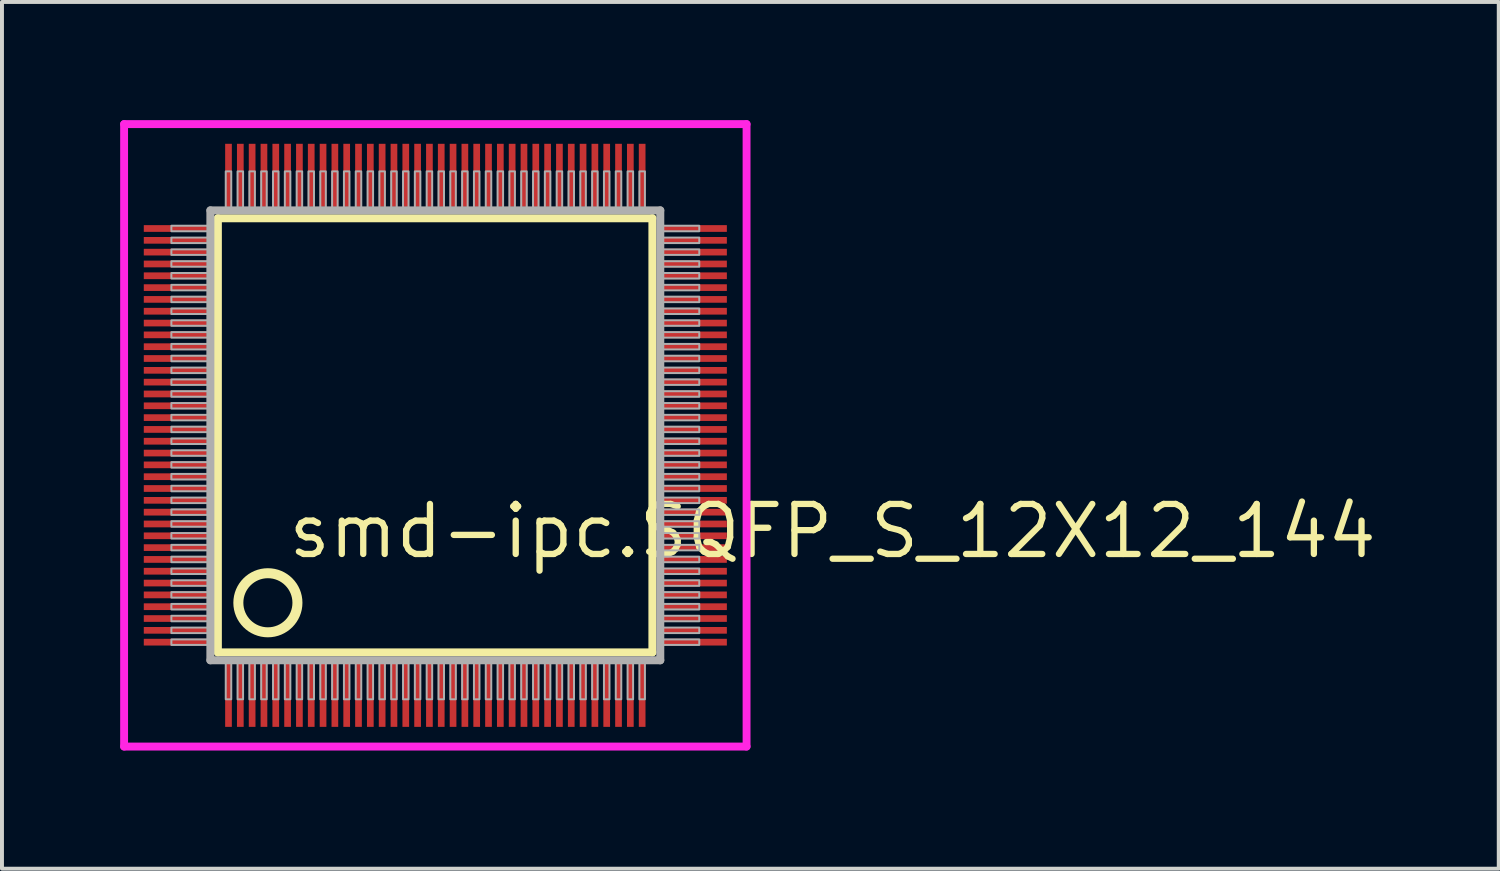
<source format=kicad_pcb>
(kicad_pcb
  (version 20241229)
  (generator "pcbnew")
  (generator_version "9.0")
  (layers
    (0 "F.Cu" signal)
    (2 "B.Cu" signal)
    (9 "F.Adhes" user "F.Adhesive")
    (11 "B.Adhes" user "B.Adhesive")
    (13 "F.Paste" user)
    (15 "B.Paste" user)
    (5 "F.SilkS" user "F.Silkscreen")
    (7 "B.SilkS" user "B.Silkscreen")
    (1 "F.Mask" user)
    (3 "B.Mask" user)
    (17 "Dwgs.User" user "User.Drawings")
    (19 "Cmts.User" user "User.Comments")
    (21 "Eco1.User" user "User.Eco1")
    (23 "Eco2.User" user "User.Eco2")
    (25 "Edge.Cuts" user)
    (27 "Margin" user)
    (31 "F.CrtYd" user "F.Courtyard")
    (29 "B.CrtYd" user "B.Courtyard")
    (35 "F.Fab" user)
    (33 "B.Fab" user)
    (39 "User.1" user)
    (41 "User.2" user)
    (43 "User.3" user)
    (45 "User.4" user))
  (footprint "smd-ipc.SQFP_S_12X12_144"
    (layer "F.Cu")
    (at 8 8)
    (property "Reference" "smd-ipc.SQFP_S_12X12_144" (at -3.81 3.175 0) (layer "F.SilkS") (effects (font (size 1.27 1.27) (thickness 0.16)) (justify left bottom)))
    (attr smd)
    (fp_line (start -5.52 -5.51) (end 5.51 -5.51) (stroke (width 0.203) (type default)) (layer "F.SilkS"))
    (fp_line (start -5.52 5.51) (end -5.52 -5.51) (stroke (width 0.203) (type default)) (layer "F.SilkS"))
    (fp_line (start 5.51 -5.51) (end 5.51 5.51) (stroke (width 0.203) (type default)) (layer "F.SilkS"))
    (fp_line (start 5.51 5.51) (end -5.52 5.51) (stroke (width 0.203) (type default)) (layer "F.SilkS"))
    (fp_circle (center -4.25 4.25) (end -3.5 4.25) (stroke (width 0.254) (type default)) (fill no) (layer "F.SilkS"))
    (fp_line (start -7.9 -7.9) (end 7.9 -7.9) (stroke (width 0.2) (type default)) (layer "F.CrtYd"))
    (fp_line (start -7.9 7.9) (end -7.9 -7.9) (stroke (width 0.2) (type default)) (layer "F.CrtYd"))
    (fp_line (start 7.9 -7.9) (end 7.9 7.9) (stroke (width 0.2) (type default)) (layer "F.CrtYd"))
    (fp_line (start 7.9 7.9) (end -7.9 7.9) (stroke (width 0.2) (type default)) (layer "F.CrtYd"))
    (fp_line (start -5.71 -5.71) (end -5.71 5.71) (stroke (width 0.203) (type default)) (layer "F.Fab"))
    (fp_line (start -5.71 5.71) (end 5.71 5.71) (stroke (width 0.203) (type default)) (layer "F.Fab"))
    (fp_line (start 5.71 -5.71) (end -5.71 -5.71) (stroke (width 0.203) (type default)) (layer "F.Fab"))
    (fp_line (start 5.71 5.71) (end 5.71 -5.71) (stroke (width 0.203) (type default)) (layer "F.Fab"))
    (fp_rect (start -6.7 -5.18) (end -5.75 -5.32) (stroke (width 0.05) (type default)) (fill no) (layer "F.Fab"))
    (fp_rect (start -6.7 -4.88) (end -5.75 -5.02) (stroke (width 0.05) (type default)) (fill no) (layer "F.Fab"))
    (fp_rect (start -6.7 -4.58) (end -5.75 -4.72) (stroke (width 0.05) (type default)) (fill no) (layer "F.Fab"))
    (fp_rect (start -6.7 -4.28) (end -5.75 -4.42) (stroke (width 0.05) (type default)) (fill no) (layer "F.Fab"))
    (fp_rect (start -6.7 -3.98) (end -5.75 -4.12) (stroke (width 0.05) (type default)) (fill no) (layer "F.Fab"))
    (fp_rect (start -6.7 -3.68) (end -5.75 -3.82) (stroke (width 0.05) (type default)) (fill no) (layer "F.Fab"))
    (fp_rect (start -6.7 -3.38) (end -5.75 -3.52) (stroke (width 0.05) (type default)) (fill no) (layer "F.Fab"))
    (fp_rect (start -6.7 -3.08) (end -5.75 -3.22) (stroke (width 0.05) (type default)) (fill no) (layer "F.Fab"))
    (fp_rect (start -6.7 -2.78) (end -5.75 -2.92) (stroke (width 0.05) (type default)) (fill no) (layer "F.Fab"))
    (fp_rect (start -6.7 -2.48) (end -5.75 -2.62) (stroke (width 0.05) (type default)) (fill no) (layer "F.Fab"))
    (fp_rect (start -6.7 -2.18) (end -5.75 -2.32) (stroke (width 0.05) (type default)) (fill no) (layer "F.Fab"))
    (fp_rect (start -6.7 -1.88) (end -5.75 -2.02) (stroke (width 0.05) (type default)) (fill no) (layer "F.Fab"))
    (fp_rect (start -6.7 -1.58) (end -5.75 -1.72) (stroke (width 0.05) (type default)) (fill no) (layer "F.Fab"))
    (fp_rect (start -6.7 -1.28) (end -5.75 -1.42) (stroke (width 0.05) (type default)) (fill no) (layer "F.Fab"))
    (fp_rect (start -6.7 -0.98) (end -5.75 -1.12) (stroke (width 0.05) (type default)) (fill no) (layer "F.Fab"))
    (fp_rect (start -6.7 -0.68) (end -5.75 -0.82) (stroke (width 0.05) (type default)) (fill no) (layer "F.Fab"))
    (fp_rect (start -6.7 -0.38) (end -5.75 -0.52) (stroke (width 0.05) (type default)) (fill no) (layer "F.Fab"))
    (fp_rect (start -6.7 -0.08) (end -5.75 -0.22) (stroke (width 0.05) (type default)) (fill no) (layer "F.Fab"))
    (fp_rect (start -6.7 0.22) (end -5.75 0.08) (stroke (width 0.05) (type default)) (fill no) (layer "F.Fab"))
    (fp_rect (start -6.7 0.52) (end -5.75 0.38) (stroke (width 0.05) (type default)) (fill no) (layer "F.Fab"))
    (fp_rect (start -6.7 0.82) (end -5.75 0.68) (stroke (width 0.05) (type default)) (fill no) (layer "F.Fab"))
    (fp_rect (start -6.7 1.12) (end -5.75 0.98) (stroke (width 0.05) (type default)) (fill no) (layer "F.Fab"))
    (fp_rect (start -6.7 1.42) (end -5.75 1.28) (stroke (width 0.05) (type default)) (fill no) (layer "F.Fab"))
    (fp_rect (start -6.7 1.72) (end -5.75 1.58) (stroke (width 0.05) (type default)) (fill no) (layer "F.Fab"))
    (fp_rect (start -6.7 2.02) (end -5.75 1.88) (stroke (width 0.05) (type default)) (fill no) (layer "F.Fab"))
    (fp_rect (start -6.7 2.32) (end -5.75 2.18) (stroke (width 0.05) (type default)) (fill no) (layer "F.Fab"))
    (fp_rect (start -6.7 2.62) (end -5.75 2.48) (stroke (width 0.05) (type default)) (fill no) (layer "F.Fab"))
    (fp_rect (start -6.7 2.92) (end -5.75 2.78) (stroke (width 0.05) (type default)) (fill no) (layer "F.Fab"))
    (fp_rect (start -6.7 3.22) (end -5.75 3.08) (stroke (width 0.05) (type default)) (fill no) (layer "F.Fab"))
    (fp_rect (start -6.7 3.52) (end -5.75 3.38) (stroke (width 0.05) (type default)) (fill no) (layer "F.Fab"))
    (fp_rect (start -6.7 3.82) (end -5.75 3.68) (stroke (width 0.05) (type default)) (fill no) (layer "F.Fab"))
    (fp_rect (start -6.7 4.12) (end -5.75 3.98) (stroke (width 0.05) (type default)) (fill no) (layer "F.Fab"))
    (fp_rect (start -6.7 4.42) (end -5.75 4.28) (stroke (width 0.05) (type default)) (fill no) (layer "F.Fab"))
    (fp_rect (start -6.7 4.72) (end -5.75 4.58) (stroke (width 0.05) (type default)) (fill no) (layer "F.Fab"))
    (fp_rect (start -6.7 5.02) (end -5.75 4.88) (stroke (width 0.05) (type default)) (fill no) (layer "F.Fab"))
    (fp_rect (start -6.7 5.32) (end -5.75 5.18) (stroke (width 0.05) (type default)) (fill no) (layer "F.Fab"))
    (fp_rect (start -5.32 -5.75) (end -5.18 -6.7) (stroke (width 0.05) (type default)) (fill no) (layer "F.Fab"))
    (fp_rect (start -5.32 6.7) (end -5.18 5.75) (stroke (width 0.05) (type default)) (fill no) (layer "F.Fab"))
    (fp_rect (start -5.02 -5.75) (end -4.88 -6.7) (stroke (width 0.05) (type default)) (fill no) (layer "F.Fab"))
    (fp_rect (start -5.02 6.7) (end -4.88 5.75) (stroke (width 0.05) (type default)) (fill no) (layer "F.Fab"))
    (fp_rect (start -4.72 -5.75) (end -4.58 -6.7) (stroke (width 0.05) (type default)) (fill no) (layer "F.Fab"))
    (fp_rect (start -4.72 6.7) (end -4.58 5.75) (stroke (width 0.05) (type default)) (fill no) (layer "F.Fab"))
    (fp_rect (start -4.42 -5.75) (end -4.28 -6.7) (stroke (width 0.05) (type default)) (fill no) (layer "F.Fab"))
    (fp_rect (start -4.42 6.7) (end -4.28 5.75) (stroke (width 0.05) (type default)) (fill no) (layer "F.Fab"))
    (fp_rect (start -4.12 -5.75) (end -3.98 -6.7) (stroke (width 0.05) (type default)) (fill no) (layer "F.Fab"))
    (fp_rect (start -4.12 6.7) (end -3.98 5.75) (stroke (width 0.05) (type default)) (fill no) (layer "F.Fab"))
    (fp_rect (start -3.82 -5.75) (end -3.68 -6.7) (stroke (width 0.05) (type default)) (fill no) (layer "F.Fab"))
    (fp_rect (start -3.82 6.7) (end -3.68 5.75) (stroke (width 0.05) (type default)) (fill no) (layer "F.Fab"))
    (fp_rect (start -3.52 -5.75) (end -3.38 -6.7) (stroke (width 0.05) (type default)) (fill no) (layer "F.Fab"))
    (fp_rect (start -3.52 6.7) (end -3.38 5.75) (stroke (width 0.05) (type default)) (fill no) (layer "F.Fab"))
    (fp_rect (start -3.22 -5.75) (end -3.08 -6.7) (stroke (width 0.05) (type default)) (fill no) (layer "F.Fab"))
    (fp_rect (start -3.22 6.7) (end -3.08 5.75) (stroke (width 0.05) (type default)) (fill no) (layer "F.Fab"))
    (fp_rect (start -2.92 -5.75) (end -2.78 -6.7) (stroke (width 0.05) (type default)) (fill no) (layer "F.Fab"))
    (fp_rect (start -2.92 6.7) (end -2.78 5.75) (stroke (width 0.05) (type default)) (fill no) (layer "F.Fab"))
    (fp_rect (start -2.62 -5.75) (end -2.48 -6.7) (stroke (width 0.05) (type default)) (fill no) (layer "F.Fab"))
    (fp_rect (start -2.62 6.7) (end -2.48 5.75) (stroke (width 0.05) (type default)) (fill no) (layer "F.Fab"))
    (fp_rect (start -2.32 -5.75) (end -2.18 -6.7) (stroke (width 0.05) (type default)) (fill no) (layer "F.Fab"))
    (fp_rect (start -2.32 6.7) (end -2.18 5.75) (stroke (width 0.05) (type default)) (fill no) (layer "F.Fab"))
    (fp_rect (start -2.02 -5.75) (end -1.88 -6.7) (stroke (width 0.05) (type default)) (fill no) (layer "F.Fab"))
    (fp_rect (start -2.02 6.7) (end -1.88 5.75) (stroke (width 0.05) (type default)) (fill no) (layer "F.Fab"))
    (fp_rect (start -1.72 -5.75) (end -1.58 -6.7) (stroke (width 0.05) (type default)) (fill no) (layer "F.Fab"))
    (fp_rect (start -1.72 6.7) (end -1.58 5.75) (stroke (width 0.05) (type default)) (fill no) (layer "F.Fab"))
    (fp_rect (start -1.42 -5.75) (end -1.28 -6.7) (stroke (width 0.05) (type default)) (fill no) (layer "F.Fab"))
    (fp_rect (start -1.42 6.7) (end -1.28 5.75) (stroke (width 0.05) (type default)) (fill no) (layer "F.Fab"))
    (fp_rect (start -1.12 -5.75) (end -0.98 -6.7) (stroke (width 0.05) (type default)) (fill no) (layer "F.Fab"))
    (fp_rect (start -1.12 6.7) (end -0.98 5.75) (stroke (width 0.05) (type default)) (fill no) (layer "F.Fab"))
    (fp_rect (start -0.82 -5.75) (end -0.68 -6.7) (stroke (width 0.05) (type default)) (fill no) (layer "F.Fab"))
    (fp_rect (start -0.82 6.7) (end -0.68 5.75) (stroke (width 0.05) (type default)) (fill no) (layer "F.Fab"))
    (fp_rect (start -0.52 -5.75) (end -0.38 -6.7) (stroke (width 0.05) (type default)) (fill no) (layer "F.Fab"))
    (fp_rect (start -0.52 6.7) (end -0.38 5.75) (stroke (width 0.05) (type default)) (fill no) (layer "F.Fab"))
    (fp_rect (start -0.22 -5.75) (end -0.08 -6.7) (stroke (width 0.05) (type default)) (fill no) (layer "F.Fab"))
    (fp_rect (start -0.22 6.7) (end -0.08 5.75) (stroke (width 0.05) (type default)) (fill no) (layer "F.Fab"))
    (fp_rect (start 0.08 -5.75) (end 0.22 -6.7) (stroke (width 0.05) (type default)) (fill no) (layer "F.Fab"))
    (fp_rect (start 0.08 6.7) (end 0.22 5.75) (stroke (width 0.05) (type default)) (fill no) (layer "F.Fab"))
    (fp_rect (start 0.38 -5.75) (end 0.52 -6.7) (stroke (width 0.05) (type default)) (fill no) (layer "F.Fab"))
    (fp_rect (start 0.38 6.7) (end 0.52 5.75) (stroke (width 0.05) (type default)) (fill no) (layer "F.Fab"))
    (fp_rect (start 0.68 -5.75) (end 0.82 -6.7) (stroke (width 0.05) (type default)) (fill no) (layer "F.Fab"))
    (fp_rect (start 0.68 6.7) (end 0.82 5.75) (stroke (width 0.05) (type default)) (fill no) (layer "F.Fab"))
    (fp_rect (start 0.98 -5.75) (end 1.12 -6.7) (stroke (width 0.05) (type default)) (fill no) (layer "F.Fab"))
    (fp_rect (start 0.98 6.7) (end 1.12 5.75) (stroke (width 0.05) (type default)) (fill no) (layer "F.Fab"))
    (fp_rect (start 1.28 -5.75) (end 1.42 -6.7) (stroke (width 0.05) (type default)) (fill no) (layer "F.Fab"))
    (fp_rect (start 1.28 6.7) (end 1.42 5.75) (stroke (width 0.05) (type default)) (fill no) (layer "F.Fab"))
    (fp_rect (start 1.58 -5.75) (end 1.72 -6.7) (stroke (width 0.05) (type default)) (fill no) (layer "F.Fab"))
    (fp_rect (start 1.58 6.7) (end 1.72 5.75) (stroke (width 0.05) (type default)) (fill no) (layer "F.Fab"))
    (fp_rect (start 1.88 -5.75) (end 2.02 -6.7) (stroke (width 0.05) (type default)) (fill no) (layer "F.Fab"))
    (fp_rect (start 1.88 6.7) (end 2.02 5.75) (stroke (width 0.05) (type default)) (fill no) (layer "F.Fab"))
    (fp_rect (start 2.18 -5.75) (end 2.32 -6.7) (stroke (width 0.05) (type default)) (fill no) (layer "F.Fab"))
    (fp_rect (start 2.18 6.7) (end 2.32 5.75) (stroke (width 0.05) (type default)) (fill no) (layer "F.Fab"))
    (fp_rect (start 2.48 -5.75) (end 2.62 -6.7) (stroke (width 0.05) (type default)) (fill no) (layer "F.Fab"))
    (fp_rect (start 2.48 6.7) (end 2.62 5.75) (stroke (width 0.05) (type default)) (fill no) (layer "F.Fab"))
    (fp_rect (start 2.78 -5.75) (end 2.92 -6.7) (stroke (width 0.05) (type default)) (fill no) (layer "F.Fab"))
    (fp_rect (start 2.78 6.7) (end 2.92 5.75) (stroke (width 0.05) (type default)) (fill no) (layer "F.Fab"))
    (fp_rect (start 3.08 -5.75) (end 3.22 -6.7) (stroke (width 0.05) (type default)) (fill no) (layer "F.Fab"))
    (fp_rect (start 3.08 6.7) (end 3.22 5.75) (stroke (width 0.05) (type default)) (fill no) (layer "F.Fab"))
    (fp_rect (start 3.38 -5.75) (end 3.52 -6.7) (stroke (width 0.05) (type default)) (fill no) (layer "F.Fab"))
    (fp_rect (start 3.38 6.7) (end 3.52 5.75) (stroke (width 0.05) (type default)) (fill no) (layer "F.Fab"))
    (fp_rect (start 3.68 -5.75) (end 3.82 -6.7) (stroke (width 0.05) (type default)) (fill no) (layer "F.Fab"))
    (fp_rect (start 3.68 6.7) (end 3.82 5.75) (stroke (width 0.05) (type default)) (fill no) (layer "F.Fab"))
    (fp_rect (start 3.98 -5.75) (end 4.12 -6.7) (stroke (width 0.05) (type default)) (fill no) (layer "F.Fab"))
    (fp_rect (start 3.98 6.7) (end 4.12 5.75) (stroke (width 0.05) (type default)) (fill no) (layer "F.Fab"))
    (fp_rect (start 4.28 -5.75) (end 4.42 -6.7) (stroke (width 0.05) (type default)) (fill no) (layer "F.Fab"))
    (fp_rect (start 4.28 6.7) (end 4.42 5.75) (stroke (width 0.05) (type default)) (fill no) (layer "F.Fab"))
    (fp_rect (start 4.58 -5.75) (end 4.72 -6.7) (stroke (width 0.05) (type default)) (fill no) (layer "F.Fab"))
    (fp_rect (start 4.58 6.7) (end 4.72 5.75) (stroke (width 0.05) (type default)) (fill no) (layer "F.Fab"))
    (fp_rect (start 4.88 -5.75) (end 5.02 -6.7) (stroke (width 0.05) (type default)) (fill no) (layer "F.Fab"))
    (fp_rect (start 4.88 6.7) (end 5.02 5.75) (stroke (width 0.05) (type default)) (fill no) (layer "F.Fab"))
    (fp_rect (start 5.18 -5.75) (end 5.32 -6.7) (stroke (width 0.05) (type default)) (fill no) (layer "F.Fab"))
    (fp_rect (start 5.18 6.7) (end 5.32 5.75) (stroke (width 0.05) (type default)) (fill no) (layer "F.Fab"))
    (fp_rect (start 5.75 -5.18) (end 6.7 -5.32) (stroke (width 0.05) (type default)) (fill no) (layer "F.Fab"))
    (fp_rect (start 5.75 -4.88) (end 6.7 -5.02) (stroke (width 0.05) (type default)) (fill no) (layer "F.Fab"))
    (fp_rect (start 5.75 -4.58) (end 6.7 -4.72) (stroke (width 0.05) (type default)) (fill no) (layer "F.Fab"))
    (fp_rect (start 5.75 -4.28) (end 6.7 -4.42) (stroke (width 0.05) (type default)) (fill no) (layer "F.Fab"))
    (fp_rect (start 5.75 -3.98) (end 6.7 -4.12) (stroke (width 0.05) (type default)) (fill no) (layer "F.Fab"))
    (fp_rect (start 5.75 -3.68) (end 6.7 -3.82) (stroke (width 0.05) (type default)) (fill no) (layer "F.Fab"))
    (fp_rect (start 5.75 -3.38) (end 6.7 -3.52) (stroke (width 0.05) (type default)) (fill no) (layer "F.Fab"))
    (fp_rect (start 5.75 -3.08) (end 6.7 -3.22) (stroke (width 0.05) (type default)) (fill no) (layer "F.Fab"))
    (fp_rect (start 5.75 -2.78) (end 6.7 -2.92) (stroke (width 0.05) (type default)) (fill no) (layer "F.Fab"))
    (fp_rect (start 5.75 -2.48) (end 6.7 -2.62) (stroke (width 0.05) (type default)) (fill no) (layer "F.Fab"))
    (fp_rect (start 5.75 -2.18) (end 6.7 -2.32) (stroke (width 0.05) (type default)) (fill no) (layer "F.Fab"))
    (fp_rect (start 5.75 -1.88) (end 6.7 -2.02) (stroke (width 0.05) (type default)) (fill no) (layer "F.Fab"))
    (fp_rect (start 5.75 -1.58) (end 6.7 -1.72) (stroke (width 0.05) (type default)) (fill no) (layer "F.Fab"))
    (fp_rect (start 5.75 -1.28) (end 6.7 -1.42) (stroke (width 0.05) (type default)) (fill no) (layer "F.Fab"))
    (fp_rect (start 5.75 -0.98) (end 6.7 -1.12) (stroke (width 0.05) (type default)) (fill no) (layer "F.Fab"))
    (fp_rect (start 5.75 -0.68) (end 6.7 -0.82) (stroke (width 0.05) (type default)) (fill no) (layer "F.Fab"))
    (fp_rect (start 5.75 -0.38) (end 6.7 -0.52) (stroke (width 0.05) (type default)) (fill no) (layer "F.Fab"))
    (fp_rect (start 5.75 -0.08) (end 6.7 -0.22) (stroke (width 0.05) (type default)) (fill no) (layer "F.Fab"))
    (fp_rect (start 5.75 0.22) (end 6.7 0.08) (stroke (width 0.05) (type default)) (fill no) (layer "F.Fab"))
    (fp_rect (start 5.75 0.52) (end 6.7 0.38) (stroke (width 0.05) (type default)) (fill no) (layer "F.Fab"))
    (fp_rect (start 5.75 0.82) (end 6.7 0.68) (stroke (width 0.05) (type default)) (fill no) (layer "F.Fab"))
    (fp_rect (start 5.75 1.12) (end 6.7 0.98) (stroke (width 0.05) (type default)) (fill no) (layer "F.Fab"))
    (fp_rect (start 5.75 1.42) (end 6.7 1.28) (stroke (width 0.05) (type default)) (fill no) (layer "F.Fab"))
    (fp_rect (start 5.75 1.72) (end 6.7 1.58) (stroke (width 0.05) (type default)) (fill no) (layer "F.Fab"))
    (fp_rect (start 5.75 2.02) (end 6.7 1.88) (stroke (width 0.05) (type default)) (fill no) (layer "F.Fab"))
    (fp_rect (start 5.75 2.32) (end 6.7 2.18) (stroke (width 0.05) (type default)) (fill no) (layer "F.Fab"))
    (fp_rect (start 5.75 2.62) (end 6.7 2.48) (stroke (width 0.05) (type default)) (fill no) (layer "F.Fab"))
    (fp_rect (start 5.75 2.92) (end 6.7 2.78) (stroke (width 0.05) (type default)) (fill no) (layer "F.Fab"))
    (fp_rect (start 5.75 3.22) (end 6.7 3.08) (stroke (width 0.05) (type default)) (fill no) (layer "F.Fab"))
    (fp_rect (start 5.75 3.52) (end 6.7 3.38) (stroke (width 0.05) (type default)) (fill no) (layer "F.Fab"))
    (fp_rect (start 5.75 3.82) (end 6.7 3.68) (stroke (width 0.05) (type default)) (fill no) (layer "F.Fab"))
    (fp_rect (start 5.75 4.12) (end 6.7 3.98) (stroke (width 0.05) (type default)) (fill no) (layer "F.Fab"))
    (fp_rect (start 5.75 4.42) (end 6.7 4.28) (stroke (width 0.05) (type default)) (fill no) (layer "F.Fab"))
    (fp_rect (start 5.75 4.72) (end 6.7 4.58) (stroke (width 0.05) (type default)) (fill no) (layer "F.Fab"))
    (fp_rect (start 5.75 5.02) (end 6.7 4.88) (stroke (width 0.05) (type default)) (fill no) (layer "F.Fab"))
    (fp_rect (start 5.75 5.32) (end 6.7 5.18) (stroke (width 0.05) (type default)) (fill no) (layer "F.Fab"))
    (pad "1" smd roundrect (at -5.25 6.6) (size 0.17 1.6) (layers "F.Cu" "F.Mask" "F.Paste") (roundrect_rratio 0.01))
    (pad "2" smd roundrect (at -4.95 6.6) (size 0.17 1.6) (layers "F.Cu" "F.Mask" "F.Paste") (roundrect_rratio 0.01))
    (pad "3" smd roundrect (at -4.65 6.6) (size 0.17 1.6) (layers "F.Cu" "F.Mask" "F.Paste") (roundrect_rratio 0.01))
    (pad "4" smd roundrect (at -4.35 6.6) (size 0.17 1.6) (layers "F.Cu" "F.Mask" "F.Paste") (roundrect_rratio 0.01))
    (pad "5" smd roundrect (at -4.05 6.6) (size 0.17 1.6) (layers "F.Cu" "F.Mask" "F.Paste") (roundrect_rratio 0.01))
    (pad "6" smd roundrect (at -3.75 6.6) (size 0.17 1.6) (layers "F.Cu" "F.Mask" "F.Paste") (roundrect_rratio 0.01))
    (pad "7" smd roundrect (at -3.45 6.6) (size 0.17 1.6) (layers "F.Cu" "F.Mask" "F.Paste") (roundrect_rratio 0.01))
    (pad "8" smd roundrect (at -3.15 6.6) (size 0.17 1.6) (layers "F.Cu" "F.Mask" "F.Paste") (roundrect_rratio 0.01))
    (pad "9" smd roundrect (at -2.85 6.6) (size 0.17 1.6) (layers "F.Cu" "F.Mask" "F.Paste") (roundrect_rratio 0.01))
    (pad "10" smd roundrect (at -2.55 6.6) (size 0.17 1.6) (layers "F.Cu" "F.Mask" "F.Paste") (roundrect_rratio 0.01))
    (pad "11" smd roundrect (at -2.25 6.6) (size 0.17 1.6) (layers "F.Cu" "F.Mask" "F.Paste") (roundrect_rratio 0.01))
    (pad "12" smd roundrect (at -1.95 6.6) (size 0.17 1.6) (layers "F.Cu" "F.Mask" "F.Paste") (roundrect_rratio 0.01))
    (pad "13" smd roundrect (at -1.65 6.6) (size 0.17 1.6) (layers "F.Cu" "F.Mask" "F.Paste") (roundrect_rratio 0.01))
    (pad "14" smd roundrect (at -1.35 6.6) (size 0.17 1.6) (layers "F.Cu" "F.Mask" "F.Paste") (roundrect_rratio 0.01))
    (pad "15" smd roundrect (at -1.05 6.6) (size 0.17 1.6) (layers "F.Cu" "F.Mask" "F.Paste") (roundrect_rratio 0.01))
    (pad "16" smd roundrect (at -0.75 6.6) (size 0.17 1.6) (layers "F.Cu" "F.Mask" "F.Paste") (roundrect_rratio 0.01))
    (pad "17" smd roundrect (at -0.45 6.6) (size 0.17 1.6) (layers "F.Cu" "F.Mask" "F.Paste") (roundrect_rratio 0.01))
    (pad "18" smd roundrect (at -0.15 6.6) (size 0.17 1.6) (layers "F.Cu" "F.Mask" "F.Paste") (roundrect_rratio 0.01))
    (pad "19" smd roundrect (at 0.15 6.6) (size 0.17 1.6) (layers "F.Cu" "F.Mask" "F.Paste") (roundrect_rratio 0.01))
    (pad "20" smd roundrect (at 0.45 6.6) (size 0.17 1.6) (layers "F.Cu" "F.Mask" "F.Paste") (roundrect_rratio 0.01))
    (pad "21" smd roundrect (at 0.75 6.6) (size 0.17 1.6) (layers "F.Cu" "F.Mask" "F.Paste") (roundrect_rratio 0.01))
    (pad "22" smd roundrect (at 1.05 6.6) (size 0.17 1.6) (layers "F.Cu" "F.Mask" "F.Paste") (roundrect_rratio 0.01))
    (pad "23" smd roundrect (at 1.35 6.6) (size 0.17 1.6) (layers "F.Cu" "F.Mask" "F.Paste") (roundrect_rratio 0.01))
    (pad "24" smd roundrect (at 1.65 6.6) (size 0.17 1.6) (layers "F.Cu" "F.Mask" "F.Paste") (roundrect_rratio 0.01))
    (pad "25" smd roundrect (at 1.95 6.6) (size 0.17 1.6) (layers "F.Cu" "F.Mask" "F.Paste") (roundrect_rratio 0.01))
    (pad "26" smd roundrect (at 2.25 6.6) (size 0.17 1.6) (layers "F.Cu" "F.Mask" "F.Paste") (roundrect_rratio 0.01))
    (pad "27" smd roundrect (at 2.55 6.6) (size 0.17 1.6) (layers "F.Cu" "F.Mask" "F.Paste") (roundrect_rratio 0.01))
    (pad "28" smd roundrect (at 2.85 6.6) (size 0.17 1.6) (layers "F.Cu" "F.Mask" "F.Paste") (roundrect_rratio 0.01))
    (pad "29" smd roundrect (at 3.15 6.6) (size 0.17 1.6) (layers "F.Cu" "F.Mask" "F.Paste") (roundrect_rratio 0.01))
    (pad "30" smd roundrect (at 3.45 6.6) (size 0.17 1.6) (layers "F.Cu" "F.Mask" "F.Paste") (roundrect_rratio 0.01))
    (pad "31" smd roundrect (at 3.75 6.6) (size 0.17 1.6) (layers "F.Cu" "F.Mask" "F.Paste") (roundrect_rratio 0.01))
    (pad "32" smd roundrect (at 4.05 6.6) (size 0.17 1.6) (layers "F.Cu" "F.Mask" "F.Paste") (roundrect_rratio 0.01))
    (pad "33" smd roundrect (at 4.35 6.6) (size 0.17 1.6) (layers "F.Cu" "F.Mask" "F.Paste") (roundrect_rratio 0.01))
    (pad "34" smd roundrect (at 4.65 6.6) (size 0.17 1.6) (layers "F.Cu" "F.Mask" "F.Paste") (roundrect_rratio 0.01))
    (pad "35" smd roundrect (at 4.95 6.6) (size 0.17 1.6) (layers "F.Cu" "F.Mask" "F.Paste") (roundrect_rratio 0.01))
    (pad "36" smd roundrect (at 5.25 6.6) (size 0.17 1.6) (layers "F.Cu" "F.Mask" "F.Paste") (roundrect_rratio 0.01))
    (pad "37" smd roundrect (at 6.6 5.25) (size 1.6 0.17) (layers "F.Cu" "F.Mask" "F.Paste") (roundrect_rratio 0.01))
    (pad "38" smd roundrect (at 6.6 4.95) (size 1.6 0.17) (layers "F.Cu" "F.Mask" "F.Paste") (roundrect_rratio 0.01))
    (pad "39" smd roundrect (at 6.6 4.65) (size 1.6 0.17) (layers "F.Cu" "F.Mask" "F.Paste") (roundrect_rratio 0.01))
    (pad "40" smd roundrect (at 6.6 4.35) (size 1.6 0.17) (layers "F.Cu" "F.Mask" "F.Paste") (roundrect_rratio 0.01))
    (pad "41" smd roundrect (at 6.6 4.05) (size 1.6 0.17) (layers "F.Cu" "F.Mask" "F.Paste") (roundrect_rratio 0.01))
    (pad "42" smd roundrect (at 6.6 3.75) (size 1.6 0.17) (layers "F.Cu" "F.Mask" "F.Paste") (roundrect_rratio 0.01))
    (pad "43" smd roundrect (at 6.6 3.45) (size 1.6 0.17) (layers "F.Cu" "F.Mask" "F.Paste") (roundrect_rratio 0.01))
    (pad "44" smd roundrect (at 6.6 3.15) (size 1.6 0.17) (layers "F.Cu" "F.Mask" "F.Paste") (roundrect_rratio 0.01))
    (pad "45" smd roundrect (at 6.6 2.85) (size 1.6 0.17) (layers "F.Cu" "F.Mask" "F.Paste") (roundrect_rratio 0.01))
    (pad "46" smd roundrect (at 6.6 2.55) (size 1.6 0.17) (layers "F.Cu" "F.Mask" "F.Paste") (roundrect_rratio 0.01))
    (pad "47" smd roundrect (at 6.6 2.25) (size 1.6 0.17) (layers "F.Cu" "F.Mask" "F.Paste") (roundrect_rratio 0.01))
    (pad "48" smd roundrect (at 6.6 1.95) (size 1.6 0.17) (layers "F.Cu" "F.Mask" "F.Paste") (roundrect_rratio 0.01))
    (pad "49" smd roundrect (at 6.6 1.65) (size 1.6 0.17) (layers "F.Cu" "F.Mask" "F.Paste") (roundrect_rratio 0.01))
    (pad "50" smd roundrect (at 6.6 1.35) (size 1.6 0.17) (layers "F.Cu" "F.Mask" "F.Paste") (roundrect_rratio 0.01))
    (pad "51" smd roundrect (at 6.6 1.05) (size 1.6 0.17) (layers "F.Cu" "F.Mask" "F.Paste") (roundrect_rratio 0.01))
    (pad "52" smd roundrect (at 6.6 0.75) (size 1.6 0.17) (layers "F.Cu" "F.Mask" "F.Paste") (roundrect_rratio 0.01))
    (pad "53" smd roundrect (at 6.6 0.45) (size 1.6 0.17) (layers "F.Cu" "F.Mask" "F.Paste") (roundrect_rratio 0.01))
    (pad "54" smd roundrect (at 6.6 0.15) (size 1.6 0.17) (layers "F.Cu" "F.Mask" "F.Paste") (roundrect_rratio 0.01))
    (pad "55" smd roundrect (at 6.6 -0.15) (size 1.6 0.17) (layers "F.Cu" "F.Mask" "F.Paste") (roundrect_rratio 0.01))
    (pad "56" smd roundrect (at 6.6 -0.45) (size 1.6 0.17) (layers "F.Cu" "F.Mask" "F.Paste") (roundrect_rratio 0.01))
    (pad "57" smd roundrect (at 6.6 -0.75) (size 1.6 0.17) (layers "F.Cu" "F.Mask" "F.Paste") (roundrect_rratio 0.01))
    (pad "58" smd roundrect (at 6.6 -1.05) (size 1.6 0.17) (layers "F.Cu" "F.Mask" "F.Paste") (roundrect_rratio 0.01))
    (pad "59" smd roundrect (at 6.6 -1.35) (size 1.6 0.17) (layers "F.Cu" "F.Mask" "F.Paste") (roundrect_rratio 0.01))
    (pad "60" smd roundrect (at 6.6 -1.65) (size 1.6 0.17) (layers "F.Cu" "F.Mask" "F.Paste") (roundrect_rratio 0.01))
    (pad "61" smd roundrect (at 6.6 -1.95) (size 1.6 0.17) (layers "F.Cu" "F.Mask" "F.Paste") (roundrect_rratio 0.01))
    (pad "62" smd roundrect (at 6.6 -2.25) (size 1.6 0.17) (layers "F.Cu" "F.Mask" "F.Paste") (roundrect_rratio 0.01))
    (pad "63" smd roundrect (at 6.6 -2.55) (size 1.6 0.17) (layers "F.Cu" "F.Mask" "F.Paste") (roundrect_rratio 0.01))
    (pad "64" smd roundrect (at 6.6 -2.85) (size 1.6 0.17) (layers "F.Cu" "F.Mask" "F.Paste") (roundrect_rratio 0.01))
    (pad "65" smd roundrect (at 6.6 -3.15) (size 1.6 0.17) (layers "F.Cu" "F.Mask" "F.Paste") (roundrect_rratio 0.01))
    (pad "66" smd roundrect (at 6.6 -3.45) (size 1.6 0.17) (layers "F.Cu" "F.Mask" "F.Paste") (roundrect_rratio 0.01))
    (pad "67" smd roundrect (at 6.6 -3.75) (size 1.6 0.17) (layers "F.Cu" "F.Mask" "F.Paste") (roundrect_rratio 0.01))
    (pad "68" smd roundrect (at 6.6 -4.05) (size 1.6 0.17) (layers "F.Cu" "F.Mask" "F.Paste") (roundrect_rratio 0.01))
    (pad "69" smd roundrect (at 6.6 -4.35) (size 1.6 0.17) (layers "F.Cu" "F.Mask" "F.Paste") (roundrect_rratio 0.01))
    (pad "70" smd roundrect (at 6.6 -4.65) (size 1.6 0.17) (layers "F.Cu" "F.Mask" "F.Paste") (roundrect_rratio 0.01))
    (pad "71" smd roundrect (at 6.6 -4.95) (size 1.6 0.17) (layers "F.Cu" "F.Mask" "F.Paste") (roundrect_rratio 0.01))
    (pad "72" smd roundrect (at 6.6 -5.25) (size 1.6 0.17) (layers "F.Cu" "F.Mask" "F.Paste") (roundrect_rratio 0.01))
    (pad "73" smd roundrect (at 5.25 -6.6) (size 0.17 1.6) (layers "F.Cu" "F.Mask" "F.Paste") (roundrect_rratio 0.01))
    (pad "74" smd roundrect (at 4.95 -6.6) (size 0.17 1.6) (layers "F.Cu" "F.Mask" "F.Paste") (roundrect_rratio 0.01))
    (pad "75" smd roundrect (at 4.65 -6.6) (size 0.17 1.6) (layers "F.Cu" "F.Mask" "F.Paste") (roundrect_rratio 0.01))
    (pad "76" smd roundrect (at 4.35 -6.6) (size 0.17 1.6) (layers "F.Cu" "F.Mask" "F.Paste") (roundrect_rratio 0.01))
    (pad "77" smd roundrect (at 4.05 -6.6) (size 0.17 1.6) (layers "F.Cu" "F.Mask" "F.Paste") (roundrect_rratio 0.01))
    (pad "78" smd roundrect (at 3.75 -6.6) (size 0.17 1.6) (layers "F.Cu" "F.Mask" "F.Paste") (roundrect_rratio 0.01))
    (pad "79" smd roundrect (at 3.45 -6.6) (size 0.17 1.6) (layers "F.Cu" "F.Mask" "F.Paste") (roundrect_rratio 0.01))
    (pad "80" smd roundrect (at 3.15 -6.6) (size 0.17 1.6) (layers "F.Cu" "F.Mask" "F.Paste") (roundrect_rratio 0.01))
    (pad "81" smd roundrect (at 2.85 -6.6) (size 0.17 1.6) (layers "F.Cu" "F.Mask" "F.Paste") (roundrect_rratio 0.01))
    (pad "82" smd roundrect (at 2.55 -6.6) (size 0.17 1.6) (layers "F.Cu" "F.Mask" "F.Paste") (roundrect_rratio 0.01))
    (pad "83" smd roundrect (at 2.25 -6.6) (size 0.17 1.6) (layers "F.Cu" "F.Mask" "F.Paste") (roundrect_rratio 0.01))
    (pad "84" smd roundrect (at 1.95 -6.6) (size 0.17 1.6) (layers "F.Cu" "F.Mask" "F.Paste") (roundrect_rratio 0.01))
    (pad "85" smd roundrect (at 1.65 -6.6) (size 0.17 1.6) (layers "F.Cu" "F.Mask" "F.Paste") (roundrect_rratio 0.01))
    (pad "86" smd roundrect (at 1.35 -6.6) (size 0.17 1.6) (layers "F.Cu" "F.Mask" "F.Paste") (roundrect_rratio 0.01))
    (pad "87" smd roundrect (at 1.05 -6.6) (size 0.17 1.6) (layers "F.Cu" "F.Mask" "F.Paste") (roundrect_rratio 0.01))
    (pad "88" smd roundrect (at 0.75 -6.6) (size 0.17 1.6) (layers "F.Cu" "F.Mask" "F.Paste") (roundrect_rratio 0.01))
    (pad "89" smd roundrect (at 0.45 -6.6) (size 0.17 1.6) (layers "F.Cu" "F.Mask" "F.Paste") (roundrect_rratio 0.01))
    (pad "90" smd roundrect (at 0.15 -6.6) (size 0.17 1.6) (layers "F.Cu" "F.Mask" "F.Paste") (roundrect_rratio 0.01))
    (pad "91" smd roundrect (at -0.15 -6.6) (size 0.17 1.6) (layers "F.Cu" "F.Mask" "F.Paste") (roundrect_rratio 0.01))
    (pad "92" smd roundrect (at -0.45 -6.6) (size 0.17 1.6) (layers "F.Cu" "F.Mask" "F.Paste") (roundrect_rratio 0.01))
    (pad "93" smd roundrect (at -0.75 -6.6) (size 0.17 1.6) (layers "F.Cu" "F.Mask" "F.Paste") (roundrect_rratio 0.01))
    (pad "94" smd roundrect (at -1.05 -6.6) (size 0.17 1.6) (layers "F.Cu" "F.Mask" "F.Paste") (roundrect_rratio 0.01))
    (pad "95" smd roundrect (at -1.35 -6.6) (size 0.17 1.6) (layers "F.Cu" "F.Mask" "F.Paste") (roundrect_rratio 0.01))
    (pad "96" smd roundrect (at -1.65 -6.6) (size 0.17 1.6) (layers "F.Cu" "F.Mask" "F.Paste") (roundrect_rratio 0.01))
    (pad "97" smd roundrect (at -1.95 -6.6) (size 0.17 1.6) (layers "F.Cu" "F.Mask" "F.Paste") (roundrect_rratio 0.01))
    (pad "98" smd roundrect (at -2.25 -6.6) (size 0.17 1.6) (layers "F.Cu" "F.Mask" "F.Paste") (roundrect_rratio 0.01))
    (pad "99" smd roundrect (at -2.55 -6.6) (size 0.17 1.6) (layers "F.Cu" "F.Mask" "F.Paste") (roundrect_rratio 0.01))
    (pad "100" smd roundrect (at -2.85 -6.6) (size 0.17 1.6) (layers "F.Cu" "F.Mask" "F.Paste") (roundrect_rratio 0.01))
    (pad "101" smd roundrect (at -3.15 -6.6) (size 0.17 1.6) (layers "F.Cu" "F.Mask" "F.Paste") (roundrect_rratio 0.01))
    (pad "102" smd roundrect (at -3.45 -6.6) (size 0.17 1.6) (layers "F.Cu" "F.Mask" "F.Paste") (roundrect_rratio 0.01))
    (pad "103" smd roundrect (at -3.75 -6.6) (size 0.17 1.6) (layers "F.Cu" "F.Mask" "F.Paste") (roundrect_rratio 0.01))
    (pad "104" smd roundrect (at -4.05 -6.6) (size 0.17 1.6) (layers "F.Cu" "F.Mask" "F.Paste") (roundrect_rratio 0.01))
    (pad "105" smd roundrect (at -4.35 -6.6) (size 0.17 1.6) (layers "F.Cu" "F.Mask" "F.Paste") (roundrect_rratio 0.01))
    (pad "106" smd roundrect (at -4.65 -6.6) (size 0.17 1.6) (layers "F.Cu" "F.Mask" "F.Paste") (roundrect_rratio 0.01))
    (pad "107" smd roundrect (at -4.95 -6.6) (size 0.17 1.6) (layers "F.Cu" "F.Mask" "F.Paste") (roundrect_rratio 0.01))
    (pad "108" smd roundrect (at -5.25 -6.6) (size 0.17 1.6) (layers "F.Cu" "F.Mask" "F.Paste") (roundrect_rratio 0.01))
    (pad "109" smd roundrect (at -6.6 -5.25) (size 1.6 0.17) (layers "F.Cu" "F.Mask" "F.Paste") (roundrect_rratio 0.01))
    (pad "110" smd roundrect (at -6.6 -4.95) (size 1.6 0.17) (layers "F.Cu" "F.Mask" "F.Paste") (roundrect_rratio 0.01))
    (pad "111" smd roundrect (at -6.6 -4.65) (size 1.6 0.17) (layers "F.Cu" "F.Mask" "F.Paste") (roundrect_rratio 0.01))
    (pad "112" smd roundrect (at -6.6 -4.35) (size 1.6 0.17) (layers "F.Cu" "F.Mask" "F.Paste") (roundrect_rratio 0.01))
    (pad "113" smd roundrect (at -6.6 -4.05) (size 1.6 0.17) (layers "F.Cu" "F.Mask" "F.Paste") (roundrect_rratio 0.01))
    (pad "114" smd roundrect (at -6.6 -3.75) (size 1.6 0.17) (layers "F.Cu" "F.Mask" "F.Paste") (roundrect_rratio 0.01))
    (pad "115" smd roundrect (at -6.6 -3.45) (size 1.6 0.17) (layers "F.Cu" "F.Mask" "F.Paste") (roundrect_rratio 0.01))
    (pad "116" smd roundrect (at -6.6 -3.15) (size 1.6 0.17) (layers "F.Cu" "F.Mask" "F.Paste") (roundrect_rratio 0.01))
    (pad "117" smd roundrect (at -6.6 -2.85) (size 1.6 0.17) (layers "F.Cu" "F.Mask" "F.Paste") (roundrect_rratio 0.01))
    (pad "118" smd roundrect (at -6.6 -2.55) (size 1.6 0.17) (layers "F.Cu" "F.Mask" "F.Paste") (roundrect_rratio 0.01))
    (pad "119" smd roundrect (at -6.6 -2.25) (size 1.6 0.17) (layers "F.Cu" "F.Mask" "F.Paste") (roundrect_rratio 0.01))
    (pad "120" smd roundrect (at -6.6 -1.95) (size 1.6 0.17) (layers "F.Cu" "F.Mask" "F.Paste") (roundrect_rratio 0.01))
    (pad "121" smd roundrect (at -6.6 -1.65) (size 1.6 0.17) (layers "F.Cu" "F.Mask" "F.Paste") (roundrect_rratio 0.01))
    (pad "122" smd roundrect (at -6.6 -1.35) (size 1.6 0.17) (layers "F.Cu" "F.Mask" "F.Paste") (roundrect_rratio 0.01))
    (pad "123" smd roundrect (at -6.6 -1.05) (size 1.6 0.17) (layers "F.Cu" "F.Mask" "F.Paste") (roundrect_rratio 0.01))
    (pad "124" smd roundrect (at -6.6 -0.75) (size 1.6 0.17) (layers "F.Cu" "F.Mask" "F.Paste") (roundrect_rratio 0.01))
    (pad "125" smd roundrect (at -6.6 -0.45) (size 1.6 0.17) (layers "F.Cu" "F.Mask" "F.Paste") (roundrect_rratio 0.01))
    (pad "126" smd roundrect (at -6.6 -0.15) (size 1.6 0.17) (layers "F.Cu" "F.Mask" "F.Paste") (roundrect_rratio 0.01))
    (pad "127" smd roundrect (at -6.6 0.15) (size 1.6 0.17) (layers "F.Cu" "F.Mask" "F.Paste") (roundrect_rratio 0.01))
    (pad "128" smd roundrect (at -6.6 0.45) (size 1.6 0.17) (layers "F.Cu" "F.Mask" "F.Paste") (roundrect_rratio 0.01))
    (pad "129" smd roundrect (at -6.6 0.75) (size 1.6 0.17) (layers "F.Cu" "F.Mask" "F.Paste") (roundrect_rratio 0.01))
    (pad "130" smd roundrect (at -6.6 1.05) (size 1.6 0.17) (layers "F.Cu" "F.Mask" "F.Paste") (roundrect_rratio 0.01))
    (pad "131" smd roundrect (at -6.6 1.35) (size 1.6 0.17) (layers "F.Cu" "F.Mask" "F.Paste") (roundrect_rratio 0.01))
    (pad "132" smd roundrect (at -6.6 1.65) (size 1.6 0.17) (layers "F.Cu" "F.Mask" "F.Paste") (roundrect_rratio 0.01))
    (pad "133" smd roundrect (at -6.6 1.95) (size 1.6 0.17) (layers "F.Cu" "F.Mask" "F.Paste") (roundrect_rratio 0.01))
    (pad "134" smd roundrect (at -6.6 2.25) (size 1.6 0.17) (layers "F.Cu" "F.Mask" "F.Paste") (roundrect_rratio 0.01))
    (pad "135" smd roundrect (at -6.6 2.55) (size 1.6 0.17) (layers "F.Cu" "F.Mask" "F.Paste") (roundrect_rratio 0.01))
    (pad "136" smd roundrect (at -6.6 2.85) (size 1.6 0.17) (layers "F.Cu" "F.Mask" "F.Paste") (roundrect_rratio 0.01))
    (pad "137" smd roundrect (at -6.6 3.15) (size 1.6 0.17) (layers "F.Cu" "F.Mask" "F.Paste") (roundrect_rratio 0.01))
    (pad "138" smd roundrect (at -6.6 3.45) (size 1.6 0.17) (layers "F.Cu" "F.Mask" "F.Paste") (roundrect_rratio 0.01))
    (pad "139" smd roundrect (at -6.6 3.75) (size 1.6 0.17) (layers "F.Cu" "F.Mask" "F.Paste") (roundrect_rratio 0.01))
    (pad "140" smd roundrect (at -6.6 4.05) (size 1.6 0.17) (layers "F.Cu" "F.Mask" "F.Paste") (roundrect_rratio 0.01))
    (pad "141" smd roundrect (at -6.6 4.35) (size 1.6 0.17) (layers "F.Cu" "F.Mask" "F.Paste") (roundrect_rratio 0.01))
    (pad "142" smd roundrect (at -6.6 4.65) (size 1.6 0.17) (layers "F.Cu" "F.Mask" "F.Paste") (roundrect_rratio 0.01))
    (pad "143" smd roundrect (at -6.6 4.95) (size 1.6 0.17) (layers "F.Cu" "F.Mask" "F.Paste") (roundrect_rratio 0.01))
    (pad "144" smd roundrect (at -6.6 5.25) (size 1.6 0.17) (layers "F.Cu" "F.Mask" "F.Paste") (roundrect_rratio 0.01)))
  (gr_rect
    (start -3 -3)
    (end 34.993 19)
    (stroke (width 0.1) (type default))
    (fill no)
    (layer "Edge.Cuts")))
</source>
